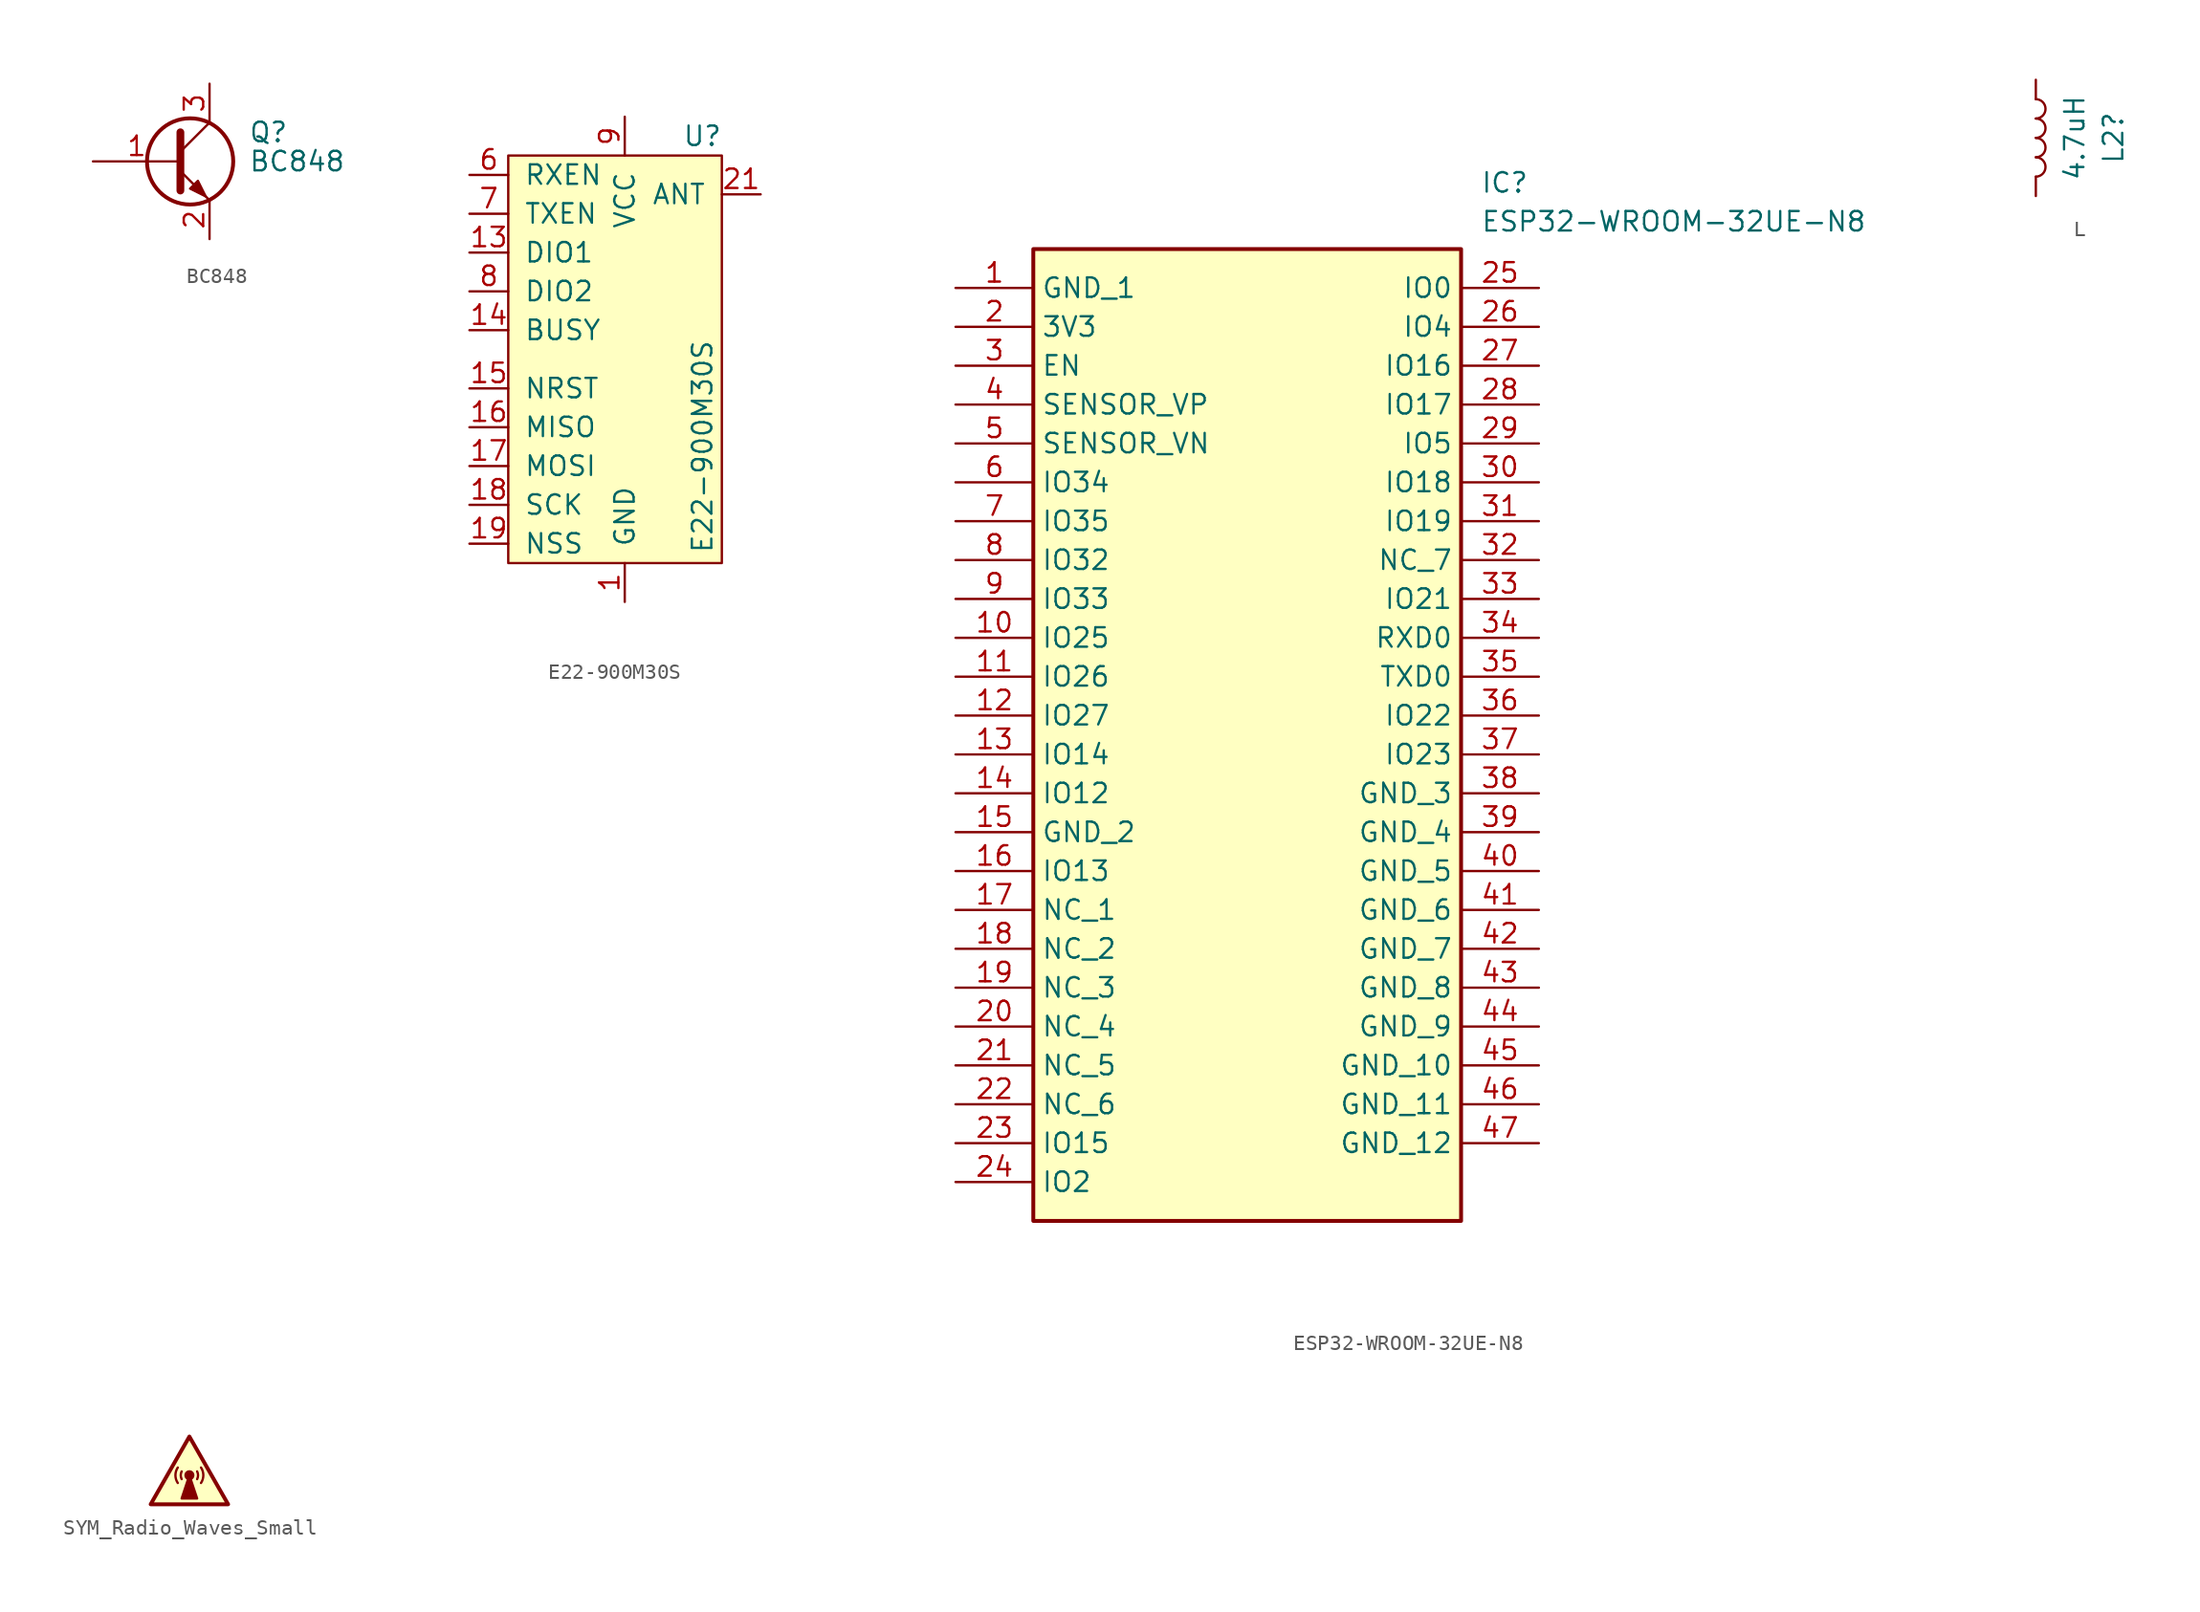
<source format=kicad_sym>
(kicad_symbol_lib
  (version 20231120)
  (generator "kicad_symbol_editor")
  (generator_version "8.0")
  (symbol "BC848"
    (pin_names
      (offset 0) hide)
    (property "Reference" "Q"
      (at 5.08 1.905 0)
      (effects (font (size 1.27 1.27)) (justify left)))
    (property "Value" "BC848"
      (at 5.08 0 0)
      (effects (font (size 1.27 1.27)) (justify left)))
    (symbol "BC848_0_1"
      (polyline (pts (xy 0.635 0.635) (xy 2.54 2.54)) (stroke (width 0) (type default)) (fill (type none)))
      (polyline (pts (xy 0.635 -0.635) (xy 2.54 -2.54) (xy 2.54 -2.54)) (stroke (width 0) (type default)) (fill (type none)))
      (polyline (pts (xy 0.635 1.905) (xy 0.635 -1.905) (xy 0.635 -1.905)) (stroke (width 0.508) (type default)) (fill (type none)))
      (polyline (pts (xy 1.27 -1.778) (xy 1.778 -1.27) (xy 2.286 -2.286) (xy 1.27 -1.778) (xy 1.27 -1.778)) (stroke (width 0) (type default)) (fill (type outline)))
      (circle (center 1.27 0) (radius 2.819) (stroke (width 0.254) (type default)) (fill (type none))))
    (symbol "BC848_1_1"
      (pin input line (at -5.08 0 0) (length 5.715) (name "B" (effects (font (size 1.27 1.27)))) (number "1" (effects (font (size 1.27 1.27)))))
      (pin passive line (at 2.54 -5.08 90) (length 2.54) (name "E" (effects (font (size 1.27 1.27)))) (number "2" (effects (font (size 1.27 1.27)))))
      (pin passive line (at 2.54 5.08 270) (length 2.54) (name "C" (effects (font (size 1.27 1.27)))) (number "3" (effects (font (size 1.27 1.27)))))))
  (symbol "E22-900M30S"
    (pin_names
      (offset 1.016))
    (property "Reference" "U"
      (at 5.08 13.97 0)
      (effects (font (size 1.27 1.27))))
    (property "Value" "E22-900M30S"
      (at 5.08 -6.35 90)
      (effects (font (size 1.27 1.27))))
    (symbol "E22-900M30S_0_1"
      (rectangle (start -7.62 12.7) (end 6.35 -13.97) (stroke (width 0) (type solid)) (fill (type background))))
    (symbol "E22-900M30S_1_1"
      (pin power_in line (at 0 -16.51 90) (length 2.54) (name "GND" (effects (font (size 1.27 1.27)))) (number "1" (effects (font (size 1.27 1.27)))))
      (pin power_in line (at 0 15.24 270) (length 2.54) hide (name "VCC" (effects (font (size 1.27 1.27)))) (number "10" (effects (font (size 1.27 1.27)))))
      (pin power_in line (at 0 -16.51 90) (length 2.54) hide (name "GND" (effects (font (size 1.27 1.27)))) (number "11" (effects (font (size 1.27 1.27)))))
      (pin power_in line (at 0 -16.51 90) (length 2.54) hide (name "GND" (effects (font (size 1.27 1.27)))) (number "12" (effects (font (size 1.27 1.27)))))
      (pin bidirectional line (at -10.16 6.35 0) (length 2.54) (name "DIO1" (effects (font (size 1.27 1.27)))) (number "13" (effects (font (size 1.27 1.27)))))
      (pin output line (at -10.16 1.27 0) (length 2.54) (name "BUSY" (effects (font (size 1.27 1.27)))) (number "14" (effects (font (size 1.27 1.27)))))
      (pin input line (at -10.16 -2.54 0) (length 2.54) (name "NRST" (effects (font (size 1.27 1.27)))) (number "15" (effects (font (size 1.27 1.27)))))
      (pin output line (at -10.16 -5.08 0) (length 2.54) (name "MISO" (effects (font (size 1.27 1.27)))) (number "16" (effects (font (size 1.27 1.27)))))
      (pin input line (at -10.16 -7.62 0) (length 2.54) (name "MOSI" (effects (font (size 1.27 1.27)))) (number "17" (effects (font (size 1.27 1.27)))))
      (pin input line (at -10.16 -10.16 0) (length 2.54) (name "SCK" (effects (font (size 1.27 1.27)))) (number "18" (effects (font (size 1.27 1.27)))))
      (pin input line (at -10.16 -12.7 0) (length 2.54) (name "NSS" (effects (font (size 1.27 1.27)))) (number "19" (effects (font (size 1.27 1.27)))))
      (pin power_in line (at 0 -16.51 90) (length 2.54) hide (name "GND" (effects (font (size 1.27 1.27)))) (number "2" (effects (font (size 1.27 1.27)))))
      (pin power_in line (at 0 -16.51 90) (length 2.54) hide (name "GND" (effects (font (size 1.27 1.27)))) (number "20" (effects (font (size 1.27 1.27)))))
      (pin power_out line (at 8.89 10.16 180) (length 2.54) (name "ANT" (effects (font (size 1.27 1.27)))) (number "21" (effects (font (size 1.27 1.27)))))
      (pin power_in line (at 0 -16.51 90) (length 2.54) hide (name "GND" (effects (font (size 1.27 1.27)))) (number "22" (effects (font (size 1.27 1.27)))))
      (pin power_in line (at 0 -16.51 90) (length 2.54) hide (name "GND" (effects (font (size 1.27 1.27)))) (number "3" (effects (font (size 1.27 1.27)))))
      (pin power_in line (at 0 -16.51 90) (length 2.54) hide (name "GND" (effects (font (size 1.27 1.27)))) (number "4" (effects (font (size 1.27 1.27)))))
      (pin power_in line (at 0 -16.51 90) (length 2.54) hide (name "GND" (effects (font (size 1.27 1.27)))) (number "5" (effects (font (size 1.27 1.27)))))
      (pin input line (at -10.16 11.43 0) (length 2.54) (name "RXEN" (effects (font (size 1.27 1.27)))) (number "6" (effects (font (size 1.27 1.27)))))
      (pin input line (at -10.16 8.89 0) (length 2.54) (name "TXEN" (effects (font (size 1.27 1.27)))) (number "7" (effects (font (size 1.27 1.27)))))
      (pin bidirectional line (at -10.16 3.81 0) (length 2.54) (name "DIO2" (effects (font (size 1.27 1.27)))) (number "8" (effects (font (size 1.27 1.27)))))
      (pin power_in line (at 0 15.24 270) (length 2.54) (name "VCC" (effects (font (size 1.27 1.27)))) (number "9" (effects (font (size 1.27 1.27)))))))
  (symbol "ESP32-WROOM-32UE-N8"
    (property "Reference" "IC"
      (at 34.29 7.62 0)
      (effects (font (size 1.27 1.27)) (justify left top)))
    (property "Value" "ESP32-WROOM-32UE-N8"
      (at 34.29 5.08 0)
      (effects (font (size 1.27 1.27)) (justify left top)))
    (symbol "ESP32-WROOM-32UE-N8_1_1"
      (rectangle (start 5.08 2.54) (end 33.02 -60.96) (stroke (width 0.254) (type default)) (fill (type background)))
      (pin passive line (at 0 0 0) (length 5.08) (name "GND_1" (effects (font (size 1.27 1.27)))) (number "1" (effects (font (size 1.27 1.27)))))
      (pin passive line (at 0 -22.86 0) (length 5.08) (name "IO25" (effects (font (size 1.27 1.27)))) (number "10" (effects (font (size 1.27 1.27)))))
      (pin passive line (at 0 -25.4 0) (length 5.08) (name "IO26" (effects (font (size 1.27 1.27)))) (number "11" (effects (font (size 1.27 1.27)))))
      (pin passive line (at 0 -27.94 0) (length 5.08) (name "IO27" (effects (font (size 1.27 1.27)))) (number "12" (effects (font (size 1.27 1.27)))))
      (pin passive line (at 0 -30.48 0) (length 5.08) (name "IO14" (effects (font (size 1.27 1.27)))) (number "13" (effects (font (size 1.27 1.27)))))
      (pin passive line (at 0 -33.02 0) (length 5.08) (name "IO12" (effects (font (size 1.27 1.27)))) (number "14" (effects (font (size 1.27 1.27)))))
      (pin passive line (at 0 -35.56 0) (length 5.08) (name "GND_2" (effects (font (size 1.27 1.27)))) (number "15" (effects (font (size 1.27 1.27)))))
      (pin passive line (at 0 -38.1 0) (length 5.08) (name "IO13" (effects (font (size 1.27 1.27)))) (number "16" (effects (font (size 1.27 1.27)))))
      (pin passive line (at 0 -40.64 0) (length 5.08) (name "NC_1" (effects (font (size 1.27 1.27)))) (number "17" (effects (font (size 1.27 1.27)))))
      (pin passive line (at 0 -43.18 0) (length 5.08) (name "NC_2" (effects (font (size 1.27 1.27)))) (number "18" (effects (font (size 1.27 1.27)))))
      (pin passive line (at 0 -45.72 0) (length 5.08) (name "NC_3" (effects (font (size 1.27 1.27)))) (number "19" (effects (font (size 1.27 1.27)))))
      (pin passive line (at 0 -2.54 0) (length 5.08) (name "3V3" (effects (font (size 1.27 1.27)))) (number "2" (effects (font (size 1.27 1.27)))))
      (pin passive line (at 0 -48.26 0) (length 5.08) (name "NC_4" (effects (font (size 1.27 1.27)))) (number "20" (effects (font (size 1.27 1.27)))))
      (pin passive line (at 0 -50.8 0) (length 5.08) (name "NC_5" (effects (font (size 1.27 1.27)))) (number "21" (effects (font (size 1.27 1.27)))))
      (pin passive line (at 0 -53.34 0) (length 5.08) (name "NC_6" (effects (font (size 1.27 1.27)))) (number "22" (effects (font (size 1.27 1.27)))))
      (pin passive line (at 0 -55.88 0) (length 5.08) (name "IO15" (effects (font (size 1.27 1.27)))) (number "23" (effects (font (size 1.27 1.27)))))
      (pin passive line (at 0 -58.42 0) (length 5.08) (name "IO2" (effects (font (size 1.27 1.27)))) (number "24" (effects (font (size 1.27 1.27)))))
      (pin passive line (at 38.1 0 180) (length 5.08) (name "IO0" (effects (font (size 1.27 1.27)))) (number "25" (effects (font (size 1.27 1.27)))))
      (pin passive line (at 38.1 -2.54 180) (length 5.08) (name "IO4" (effects (font (size 1.27 1.27)))) (number "26" (effects (font (size 1.27 1.27)))))
      (pin passive line (at 38.1 -5.08 180) (length 5.08) (name "IO16" (effects (font (size 1.27 1.27)))) (number "27" (effects (font (size 1.27 1.27)))))
      (pin passive line (at 38.1 -7.62 180) (length 5.08) (name "IO17" (effects (font (size 1.27 1.27)))) (number "28" (effects (font (size 1.27 1.27)))))
      (pin passive line (at 38.1 -10.16 180) (length 5.08) (name "IO5" (effects (font (size 1.27 1.27)))) (number "29" (effects (font (size 1.27 1.27)))))
      (pin passive line (at 0 -5.08 0) (length 5.08) (name "EN" (effects (font (size 1.27 1.27)))) (number "3" (effects (font (size 1.27 1.27)))))
      (pin passive line (at 38.1 -12.7 180) (length 5.08) (name "IO18" (effects (font (size 1.27 1.27)))) (number "30" (effects (font (size 1.27 1.27)))))
      (pin passive line (at 38.1 -15.24 180) (length 5.08) (name "IO19" (effects (font (size 1.27 1.27)))) (number "31" (effects (font (size 1.27 1.27)))))
      (pin passive line (at 38.1 -17.78 180) (length 5.08) (name "NC_7" (effects (font (size 1.27 1.27)))) (number "32" (effects (font (size 1.27 1.27)))))
      (pin passive line (at 38.1 -20.32 180) (length 5.08) (name "IO21" (effects (font (size 1.27 1.27)))) (number "33" (effects (font (size 1.27 1.27)))))
      (pin passive line (at 38.1 -22.86 180) (length 5.08) (name "RXD0" (effects (font (size 1.27 1.27)))) (number "34" (effects (font (size 1.27 1.27)))))
      (pin passive line (at 38.1 -25.4 180) (length 5.08) (name "TXD0" (effects (font (size 1.27 1.27)))) (number "35" (effects (font (size 1.27 1.27)))))
      (pin passive line (at 38.1 -27.94 180) (length 5.08) (name "IO22" (effects (font (size 1.27 1.27)))) (number "36" (effects (font (size 1.27 1.27)))))
      (pin passive line (at 38.1 -30.48 180) (length 5.08) (name "IO23" (effects (font (size 1.27 1.27)))) (number "37" (effects (font (size 1.27 1.27)))))
      (pin passive line (at 38.1 -33.02 180) (length 5.08) (name "GND_3" (effects (font (size 1.27 1.27)))) (number "38" (effects (font (size 1.27 1.27)))))
      (pin passive line (at 38.1 -35.56 180) (length 5.08) (name "GND_4" (effects (font (size 1.27 1.27)))) (number "39" (effects (font (size 1.27 1.27)))))
      (pin passive line (at 0 -7.62 0) (length 5.08) (name "SENSOR_VP" (effects (font (size 1.27 1.27)))) (number "4" (effects (font (size 1.27 1.27)))))
      (pin passive line (at 38.1 -38.1 180) (length 5.08) (name "GND_5" (effects (font (size 1.27 1.27)))) (number "40" (effects (font (size 1.27 1.27)))))
      (pin passive line (at 38.1 -40.64 180) (length 5.08) (name "GND_6" (effects (font (size 1.27 1.27)))) (number "41" (effects (font (size 1.27 1.27)))))
      (pin passive line (at 38.1 -43.18 180) (length 5.08) (name "GND_7" (effects (font (size 1.27 1.27)))) (number "42" (effects (font (size 1.27 1.27)))))
      (pin passive line (at 38.1 -45.72 180) (length 5.08) (name "GND_8" (effects (font (size 1.27 1.27)))) (number "43" (effects (font (size 1.27 1.27)))))
      (pin passive line (at 38.1 -48.26 180) (length 5.08) (name "GND_9" (effects (font (size 1.27 1.27)))) (number "44" (effects (font (size 1.27 1.27)))))
      (pin passive line (at 38.1 -50.8 180) (length 5.08) (name "GND_10" (effects (font (size 1.27 1.27)))) (number "45" (effects (font (size 1.27 1.27)))))
      (pin passive line (at 38.1 -53.34 180) (length 5.08) (name "GND_11" (effects (font (size 1.27 1.27)))) (number "46" (effects (font (size 1.27 1.27)))))
      (pin passive line (at 38.1 -55.88 180) (length 5.08) (name "GND_12" (effects (font (size 1.27 1.27)))) (number "47" (effects (font (size 1.27 1.27)))))
      (pin passive line (at 0 -10.16 0) (length 5.08) (name "SENSOR_VN" (effects (font (size 1.27 1.27)))) (number "5" (effects (font (size 1.27 1.27)))))
      (pin passive line (at 0 -12.7 0) (length 5.08) (name "IO34" (effects (font (size 1.27 1.27)))) (number "6" (effects (font (size 1.27 1.27)))))
      (pin passive line (at 0 -15.24 0) (length 5.08) (name "IO35" (effects (font (size 1.27 1.27)))) (number "7" (effects (font (size 1.27 1.27)))))
      (pin passive line (at 0 -17.78 0) (length 5.08) (name "IO32" (effects (font (size 1.27 1.27)))) (number "8" (effects (font (size 1.27 1.27)))))
      (pin passive line (at 0 -20.32 0) (length 5.08) (name "IO33" (effects (font (size 1.27 1.27)))) (number "9" (effects (font (size 1.27 1.27)))))))
  (symbol "L"
    (pin_numbers hide)
    (pin_names
      (offset 1.016) hide)
    (property "Reference" "L2"
      (at 5.08 0 90)
      (effects (font (size 1.27 1.27))))
    (property "Value" "4.7uH"
      (at 2.54 0 90)
      (effects (font (size 1.27 1.27))))
    (symbol "L_0_1"
      (arc (start 0 -2.54) (mid 0.6323 -1.905) (end 0 -1.27) (stroke (width 0) (type default)) (fill (type none)))
      (arc (start 0 -1.27) (mid 0.6323 -0.635) (end 0 0) (stroke (width 0) (type default)) (fill (type none)))
      (arc (start 0 0) (mid 0.6323 0.635) (end 0 1.27) (stroke (width 0) (type default)) (fill (type none)))
      (arc (start 0 1.27) (mid 0.6323 1.905) (end 0 2.54) (stroke (width 0) (type default)) (fill (type none))))
    (symbol "L_1_1"
      (pin passive line (at 0 3.81 270) (length 1.27) (name "1" (effects (font (size 1.27 1.27)))) (number "1" (effects (font (size 1.27 1.27)))))
      (pin passive line (at 0 -3.81 90) (length 1.27) (name "2" (effects (font (size 1.27 1.27)))) (number "2" (effects (font (size 1.27 1.27)))))))
  (symbol "SYM_Radio_Waves_Small"
    (property "Reference" "#SYM"
      (at 0 3.556 0)
      (effects (font (size 1.27 1.27)) (hide yes)))
    (symbol "SYM_Radio_Waves_Small_0_1"
      (arc (start -0.762 0.508) (mid -0.9158 0) (end -0.762 -0.508) (stroke (width 0) (type default)) (fill (type none)))
      (arc (start -0.508 0.254) (mid -0.568 0) (end -0.508 -0.254) (stroke (width 0) (type default)) (fill (type none)))
      (polyline (pts (xy -2.54 -1.905) (xy 2.54 -1.905) (xy 0 2.54) (xy -2.54 -1.905)) (stroke (width 0.254) (type default)) (fill (type background)))
      (polyline (pts (xy -0.508 -1.524) (xy 0.508 -1.524) (xy 0 0) (xy -0.508 -1.524)) (stroke (width 0) (type default)) (fill (type outline)))
      (circle (center 0 0) (radius 0.254) (stroke (width 0) (type default)) (fill (type outline)))
      (arc (start 0.508 -0.254) (mid 0.568 0) (end 0.508 0.254) (stroke (width 0) (type default)) (fill (type none)))
      (arc (start 0.762 -0.508) (mid 0.9158 0) (end 0.762 0.508) (stroke (width 0) (type default)) (fill (type none))))))
</source>
